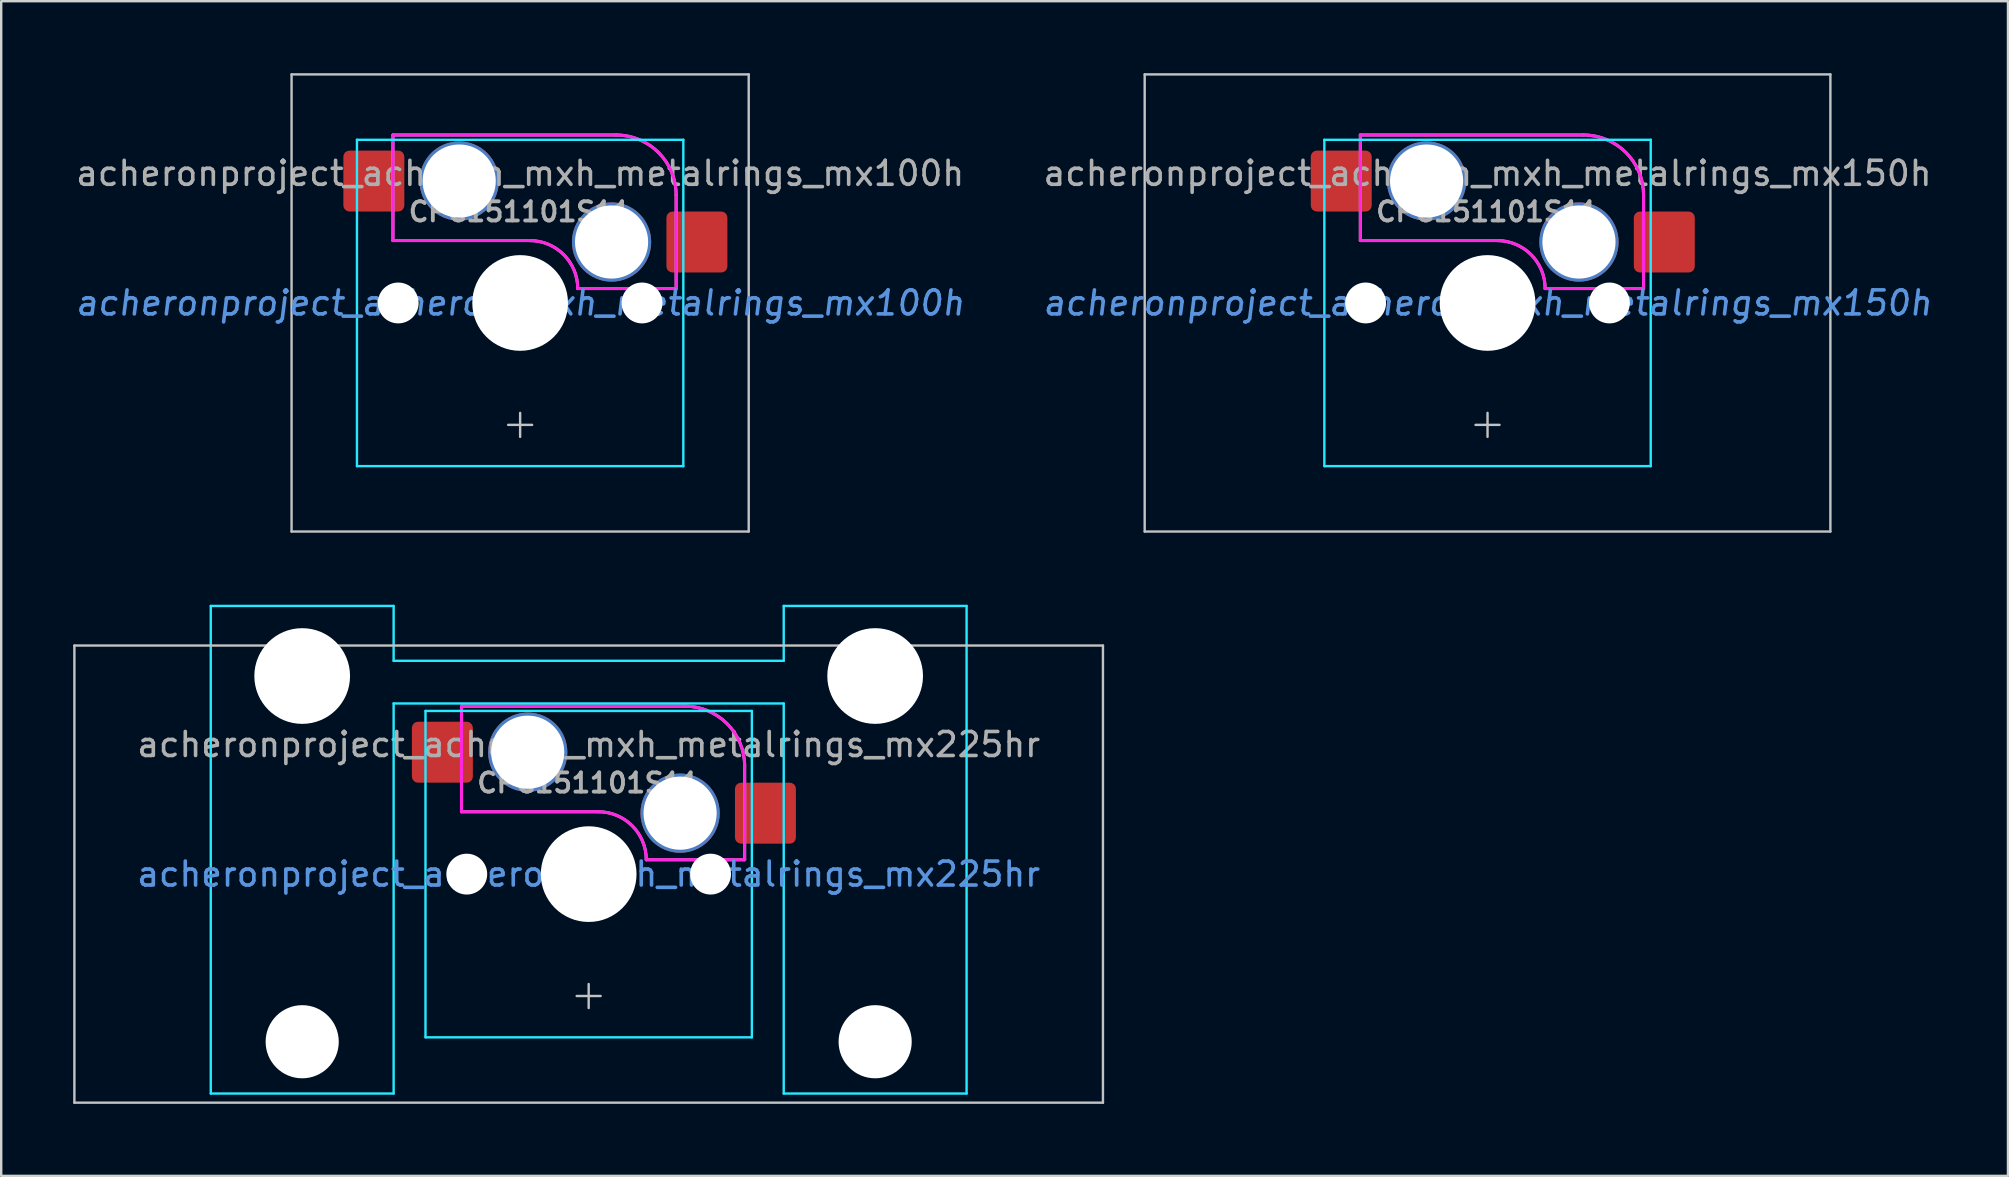
<source format=kicad_pcb>
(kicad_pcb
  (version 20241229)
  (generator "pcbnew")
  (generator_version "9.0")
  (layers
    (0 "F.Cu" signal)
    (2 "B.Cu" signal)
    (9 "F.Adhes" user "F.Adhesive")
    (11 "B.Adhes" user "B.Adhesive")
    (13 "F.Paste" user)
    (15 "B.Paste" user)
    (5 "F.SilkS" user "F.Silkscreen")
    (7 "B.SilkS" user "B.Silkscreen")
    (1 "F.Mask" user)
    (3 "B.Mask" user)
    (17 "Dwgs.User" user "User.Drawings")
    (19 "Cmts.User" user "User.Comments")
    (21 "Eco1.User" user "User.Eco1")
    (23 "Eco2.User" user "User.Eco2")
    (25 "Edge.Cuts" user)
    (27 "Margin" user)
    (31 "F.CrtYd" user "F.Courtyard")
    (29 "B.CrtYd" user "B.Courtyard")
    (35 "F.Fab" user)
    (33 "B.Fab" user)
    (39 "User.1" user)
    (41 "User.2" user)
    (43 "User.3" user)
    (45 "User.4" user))
  (footprint "acheronproject_acheron_mxh_metalrings_mx225hr"
    (layer "F.Cu")
    (at 21.481 33.376)
    (property "Reference" "acheronproject_acheron_mxh_metalrings_mx225hr" (at 0 0 0) (layer "Cmts.User") (effects (font (size 1 1) (thickness 0.15))))
    (attr smd)
    (fp_line (start -21.431 -9.525) (end -21.431 9.525) (stroke (width 0.1) (type solid)) (layer "Dwgs.User"))
    (fp_line (start -21.431 -9.525) (end 21.431 -9.525) (stroke (width 0.1) (type solid)) (layer "Dwgs.User"))
    (fp_line (start -21.431 9.525) (end 21.431 9.525) (stroke (width 0.1) (type solid)) (layer "Dwgs.User"))
    (fp_line (start -0.5 5.08) (end 0.5 5.08) (stroke (width 0.1) (type solid)) (layer "Dwgs.User"))
    (fp_line (start 0 5.58) (end 0 4.58) (stroke (width 0.1) (type solid)) (layer "Dwgs.User"))
    (fp_line (start 21.431 -9.525) (end 21.431 9.525) (stroke (width 0.1) (type solid)) (layer "Dwgs.User"))
    (fp_line (start -15.438 -8.515) (end -15.438 5.485) (stroke (width 0.1) (type solid)) (layer "Eco1.User"))
    (fp_line (start -14.938 -9.015) (end -8.938 -9.015) (stroke (width 0.1) (type solid)) (layer "Eco1.User"))
    (fp_line (start -8.938 5.985) (end -14.938 5.985) (stroke (width 0.1) (type solid)) (layer "Eco1.User"))
    (fp_line (start -8.438 5.485) (end -8.438 -8.515) (stroke (width 0.1) (type solid)) (layer "Eco1.User"))
    (fp_line (start -7 -6.5) (end -7 6.5) (stroke (width 0.1) (type solid)) (layer "Eco1.User"))
    (fp_line (start -6.5 7) (end 6.5 7) (stroke (width 0.1) (type solid)) (layer "Eco1.User"))
    (fp_line (start 6.5 -7) (end -6.5 -7) (stroke (width 0.1) (type solid)) (layer "Eco1.User"))
    (fp_line (start 7 6.5) (end 7 -6.5) (stroke (width 0.1) (type solid)) (layer "Eco1.User"))
    (fp_line (start 8.438 -8.515) (end 8.438 5.485) (stroke (width 0.1) (type solid)) (layer "Eco1.User"))
    (fp_line (start 8.938 -9.015) (end 14.938 -9.015) (stroke (width 0.1) (type solid)) (layer "Eco1.User"))
    (fp_line (start 14.938 5.985) (end 8.938 5.985) (stroke (width 0.1) (type solid)) (layer "Eco1.User"))
    (fp_line (start 15.438 5.485) (end 15.438 -8.515) (stroke (width 0.1) (type solid)) (layer "Eco1.User"))
    (fp_arc (start -15.438 -8.515) (mid -15.291553 -8.868553) (end -14.938 -9.015) (stroke (width 0.1) (type solid)) (layer "Eco1.User"))
    (fp_arc (start -14.938 5.985) (mid -15.291553 5.838553) (end -15.438 5.485) (stroke (width 0.1) (type solid)) (layer "Eco1.User"))
    (fp_arc (start -8.938 -9.015) (mid -8.584447 -8.868553) (end -8.438 -8.515) (stroke (width 0.1) (type solid)) (layer "Eco1.User"))
    (fp_arc (start -8.438 5.485) (mid -8.584447 5.838553) (end -8.938 5.985) (stroke (width 0.1) (type solid)) (layer "Eco1.User"))
    (fp_arc (start -7 -6.5) (mid -6.853553 -6.853553) (end -6.5 -7) (stroke (width 0.1) (type solid)) (layer "Eco1.User"))
    (fp_arc (start -6.5 7) (mid -6.853553 6.853553) (end -7 6.5) (stroke (width 0.1) (type solid)) (layer "Eco1.User"))
    (fp_arc (start 6.5 -7) (mid 6.853553 -6.853553) (end 7 -6.5) (stroke (width 0.1) (type solid)) (layer "Eco1.User"))
    (fp_arc (start 7 6.5) (mid 6.853553 6.853553) (end 6.5 7) (stroke (width 0.1) (type solid)) (layer "Eco1.User"))
    (fp_arc (start 8.438 -8.515) (mid 8.584447 -8.868553) (end 8.938 -9.015) (stroke (width 0.1) (type solid)) (layer "Eco1.User"))
    (fp_arc (start 8.938 5.985) (mid 8.584447 5.838553) (end 8.438 5.485) (stroke (width 0.1) (type solid)) (layer "Eco1.User"))
    (fp_arc (start 14.938 -9.015) (mid 15.291553 -8.868553) (end 15.438 -8.515) (stroke (width 0.1) (type solid)) (layer "Eco1.User"))
    (fp_arc (start 15.438 5.485) (mid 15.291553 5.838553) (end 14.938 5.985) (stroke (width 0.1) (type solid)) (layer "Eco1.User"))
    (fp_line (start -15.748 -11.176) (end -15.748 9.144) (stroke (width 0.1) (type solid)) (layer "B.CrtYd"))
    (fp_line (start -15.748 -11.176) (end -8.128 -11.176) (stroke (width 0.1) (type solid)) (layer "B.CrtYd"))
    (fp_line (start -8.128 -8.89) (end -8.128 -11.176) (stroke (width 0.1) (type solid)) (layer "B.CrtYd"))
    (fp_line (start -8.128 -7.112) (end -8.128 9.142) (stroke (width 0.1) (type solid)) (layer "B.CrtYd"))
    (fp_line (start -8.128 9.144) (end -15.748 9.144) (stroke (width 0.1) (type solid)) (layer "B.CrtYd"))
    (fp_line (start -6.8 -6.8) (end -6.8 6.8) (stroke (width 0.1) (type solid)) (layer "B.CrtYd"))
    (fp_line (start 6.8 -6.8) (end -6.8 -6.8) (stroke (width 0.1) (type solid)) (layer "B.CrtYd"))
    (fp_line (start 6.8 -6.8) (end 6.8 6.8) (stroke (width 0.1) (type solid)) (layer "B.CrtYd"))
    (fp_line (start 6.8 6.8) (end -6.8 6.8) (stroke (width 0.1) (type solid)) (layer "B.CrtYd"))
    (fp_line (start 8.128 -8.89) (end -8.128 -8.89) (stroke (width 0.1) (type solid)) (layer "B.CrtYd"))
    (fp_line (start 8.128 -8.89) (end 8.128 -11.176) (stroke (width 0.1) (type solid)) (layer "B.CrtYd"))
    (fp_line (start 8.128 -7.112) (end -8.128 -7.112) (stroke (width 0.1) (type solid)) (layer "B.CrtYd"))
    (fp_line (start 8.128 -7.112) (end 8.128 9.144) (stroke (width 0.1) (type solid)) (layer "B.CrtYd"))
    (fp_line (start 8.128 9.144) (end 15.748 9.144) (stroke (width 0.1) (type solid)) (layer "B.CrtYd"))
    (fp_line (start 15.748 -11.176) (end 8.128 -11.176) (stroke (width 0.1) (type solid)) (layer "B.CrtYd"))
    (fp_line (start 15.748 9.144) (end 15.748 -11.176) (stroke (width 0.1) (type solid)) (layer "B.CrtYd"))
    (fp_line (start -5.3 -7) (end -5.3 -2.6) (stroke (width 0.127) (type solid)) (layer "F.CrtYd"))
    (fp_line (start -5.2 -7) (end -5.3 -7) (stroke (width 0.12) (type solid)) (layer "F.CrtYd"))
    (fp_line (start 0.4 -2.6) (end -5.3 -2.6) (stroke (width 0.127) (type solid)) (layer "F.CrtYd"))
    (fp_line (start 4 -7) (end -5.2 -7) (stroke (width 0.12) (type solid)) (layer "F.CrtYd"))
    (fp_line (start 6.5 -4.5) (end 6.5 -0.6) (stroke (width 0.12) (type solid)) (layer "F.CrtYd"))
    (fp_line (start 6.5 -0.6) (end 2.4 -0.6) (stroke (width 0.127) (type solid)) (layer "F.CrtYd"))
    (fp_arc (start 0.4 -2.6) (mid 1.814214 -2.014214) (end 2.4 -0.6) (stroke (width 0.127) (type solid)) (layer "F.CrtYd"))
    (fp_arc (start 4 -7) (mid 5.767767 -6.267767) (end 6.5 -4.5) (stroke (width 0.127) (type solid)) (layer "F.CrtYd"))
    (fp_line (start -5.3 -7) (end -5.3 -2.6) (stroke (width 0.127) (type solid)) (layer "F.Fab"))
    (fp_line (start -5.3 -7) (end 4 -7) (stroke (width 0.127) (type solid)) (layer "F.Fab"))
    (fp_line (start -0.5 0) (end 0.5 0) (stroke (width 0.1) (type solid)) (layer "F.Fab"))
    (fp_line (start 0 0.5) (end 0 -0.5) (stroke (width 0.1) (type solid)) (layer "F.Fab"))
    (fp_line (start 0.4 -2.6) (end -5.3 -2.6) (stroke (width 0.127) (type solid)) (layer "F.Fab"))
    (fp_line (start 6.5 -4.5) (end 6.5 -0.6) (stroke (width 0.127) (type solid)) (layer "F.Fab"))
    (fp_line (start 6.5 -0.6) (end 2.4 -0.6) (stroke (width 0.127) (type solid)) (layer "F.Fab"))
    (fp_arc (start 0.400001 -2.600001) (mid 1.814214 -2.014214) (end 2.4 -0.6) (stroke (width 0.127) (type solid)) (layer "F.Fab"))
    (fp_arc (start 4.000001 -7.000001) (mid 5.767768 -6.267767) (end 6.5 -4.5) (stroke (width 0.127) (type solid)) (layer "F.Fab"))
    (fp_text user "CPG151101S11" (at 0 -3.8 0) (unlocked yes) (layer "F.Fab") (effects (font (size 0.8 0.8) (thickness 0.16))))
    (fp_text user "${REFERENCE}" (at 0 -5.4 0) (layer "F.Fab") (effects (font (size 1 1) (thickness 0.15))))
    (pad "" np_thru_hole circle (at -11.938 -8.255 180) (size 3.988 3.988) (drill 3.988) (layers "*.Cu" "*.Mask"))
    (pad "" np_thru_hole circle (at -11.938 6.985 180) (size 3.048 3.048) (drill 3.048) (layers "*.Cu" "*.Mask"))
    (pad "" np_thru_hole circle (at -5.08 0) (size 1.702 1.702) (drill 1.702) (layers "*.Cu" "*.Mask"))
    (pad "" np_thru_hole circle (at -2.54 -5.08) (size 3.302 3.302) (drill 3.048) (layers "*.Cu" "*.Mask"))
    (pad "" np_thru_hole circle (at 0 0) (size 3.988 3.988) (drill 3.988) (layers "*.Cu" "*.Mask"))
    (pad "" np_thru_hole circle (at 3.81 -2.54) (size 3.302 3.302) (drill 3.048) (layers "*.Cu" "*.Mask"))
    (pad "" np_thru_hole circle (at 5.08 0) (size 1.702 1.702) (drill 1.702) (layers "*.Cu" "*.Mask"))
    (pad "" np_thru_hole circle (at 11.938 -8.255 180) (size 3.988 3.988) (drill 3.988) (layers "*.Cu" "*.Mask"))
    (pad "" np_thru_hole circle (at 11.938 6.985 180) (size 3.048 3.048) (drill 3.048) (layers "*.Cu" "*.Mask"))
    (pad "1" smd roundrect (at -6.096 -5.08) (size 2.54 2.54) (layers "F.Cu" "F.Mask") (roundrect_rratio 0.1))
    (pad "2" smd roundrect (at 7.366 -2.54) (size 2.54 2.54) (layers "F.Cu" "F.Mask") (roundrect_rratio 0.1)))
  (footprint "acheronproject_acheron_mxh_metalrings_mx150h"
    (layer "F.Cu")
    (at 58.938 9.575)
    (property "Reference" "acheronproject_acheron_mxh_metalrings_mx150h" (at 0 0 0) (layer "Cmts.User") (effects (font (size 1 1) (thickness 0.15) (italic yes))))
    (attr smd)
    (fp_line (start -14.287 -9.525) (end -14.287 9.525) (stroke (width 0.1) (type solid)) (layer "Dwgs.User"))
    (fp_line (start -14.287 -9.525) (end 14.287 -9.525) (stroke (width 0.1) (type solid)) (layer "Dwgs.User"))
    (fp_line (start -14.287 9.525) (end 14.287 9.525) (stroke (width 0.1) (type solid)) (layer "Dwgs.User"))
    (fp_line (start -0.5 5.08) (end 0.5 5.08) (stroke (width 0.1) (type solid)) (layer "Dwgs.User"))
    (fp_line (start 0 5.58) (end 0 4.58) (stroke (width 0.1) (type solid)) (layer "Dwgs.User"))
    (fp_line (start 14.287 9.525) (end 14.287 -9.525) (stroke (width 0.1) (type solid)) (layer "Dwgs.User"))
    (fp_line (start -7 -6.5) (end -7 6.5) (stroke (width 0.1) (type solid)) (layer "Eco1.User"))
    (fp_line (start -6.5 7) (end 6.5 7) (stroke (width 0.1) (type solid)) (layer "Eco1.User"))
    (fp_line (start 6.5 -7) (end -6.5 -7) (stroke (width 0.1) (type solid)) (layer "Eco1.User"))
    (fp_line (start 7 6.5) (end 7 -6.5) (stroke (width 0.1) (type solid)) (layer "Eco1.User"))
    (fp_arc (start -7 -6.5) (mid -6.853553 -6.853553) (end -6.5 -7) (stroke (width 0.1) (type solid)) (layer "Eco1.User"))
    (fp_arc (start -6.5 7) (mid -6.853553 6.853553) (end -7 6.5) (stroke (width 0.1) (type solid)) (layer "Eco1.User"))
    (fp_arc (start 6.5 -7) (mid 6.853553 -6.853553) (end 7 -6.5) (stroke (width 0.1) (type solid)) (layer "Eco1.User"))
    (fp_arc (start 7 6.5) (mid 6.853553 6.853553) (end 6.5 7) (stroke (width 0.1) (type solid)) (layer "Eco1.User"))
    (fp_line (start -6.8 -6.8) (end -6.8 6.8) (stroke (width 0.1) (type solid)) (layer "B.CrtYd"))
    (fp_line (start -6.8 -6.8) (end 6.8 -6.8) (stroke (width 0.1) (type solid)) (layer "B.CrtYd"))
    (fp_line (start 6.8 6.8) (end -6.8 6.8) (stroke (width 0.1) (type solid)) (layer "B.CrtYd"))
    (fp_line (start 6.8 6.8) (end 6.8 -6.8) (stroke (width 0.1) (type solid)) (layer "B.CrtYd"))
    (fp_line (start -5.3 -7) (end -5.3 -2.6) (stroke (width 0.127) (type solid)) (layer "F.CrtYd"))
    (fp_line (start -5.3 -7) (end 4 -7) (stroke (width 0.127) (type solid)) (layer "F.CrtYd"))
    (fp_line (start 0.4 -2.6) (end -5.3 -2.6) (stroke (width 0.127) (type solid)) (layer "F.CrtYd"))
    (fp_line (start 6.5 -4.5) (end 6.5 -0.6) (stroke (width 0.127) (type solid)) (layer "F.CrtYd"))
    (fp_line (start 6.5 -0.6) (end 2.4 -0.6) (stroke (width 0.127) (type solid)) (layer "F.CrtYd"))
    (fp_arc (start 0.4 -2.6) (mid 1.814214 -2.014214) (end 2.4 -0.6) (stroke (width 0.127) (type solid)) (layer "F.CrtYd"))
    (fp_arc (start 4 -7) (mid 5.767767 -6.267767) (end 6.5 -4.5) (stroke (width 0.127) (type solid)) (layer "F.CrtYd"))
    (fp_line (start -5.3 -7) (end -5.3 -2.6) (stroke (width 0.127) (type solid)) (layer "F.Fab"))
    (fp_line (start -5.3 -7) (end 4 -7) (stroke (width 0.127) (type solid)) (layer "F.Fab"))
    (fp_line (start -0.5 0) (end 0.5 0) (stroke (width 0.1) (type solid)) (layer "F.Fab"))
    (fp_line (start 0 0.7) (end 0 -0.3) (stroke (width 0.1) (type solid)) (layer "F.Fab"))
    (fp_line (start 0.4 -2.6) (end -5.3 -2.6) (stroke (width 0.127) (type solid)) (layer "F.Fab"))
    (fp_line (start 6.5 -4.5) (end 6.5 -0.6) (stroke (width 0.127) (type solid)) (layer "F.Fab"))
    (fp_line (start 6.5 -0.6) (end 2.4 -0.6) (stroke (width 0.127) (type solid)) (layer "F.Fab"))
    (fp_arc (start 0.400001 -2.600001) (mid 1.814214 -2.014214) (end 2.4 -0.6) (stroke (width 0.127) (type solid)) (layer "F.Fab"))
    (fp_arc (start 4.000001 -7.000001) (mid 5.767768 -6.267767) (end 6.5 -4.5) (stroke (width 0.127) (type solid)) (layer "F.Fab"))
    (fp_text user "${REFERENCE}" (at 0 -5.4 0) (layer "F.Fab") (effects (font (size 1 1) (thickness 0.15))))
    (fp_text user "CPG151101S11" (at 0 -3.8 0) (unlocked yes) (layer "F.Fab") (effects (font (size 0.8 0.8) (thickness 0.16))))
    (pad "" np_thru_hole circle (at -5.08 0) (size 1.702 1.702) (drill 1.702) (layers "*.Cu" "*.Mask"))
    (pad "" np_thru_hole circle (at -2.54 -5.08) (size 3.302 3.302) (drill 3.048) (layers "*.Cu" "*.Mask"))
    (pad "" np_thru_hole circle (at 0 0) (size 3.988 3.988) (drill 3.988) (layers "*.Cu" "*.Mask"))
    (pad "" np_thru_hole circle (at 3.81 -2.54 90) (size 3.302 3.302) (drill 3.048) (layers "*.Cu" "*.Mask"))
    (pad "" np_thru_hole circle (at 5.08 0) (size 1.702 1.702) (drill 1.702) (layers "*.Cu" "*.Mask"))
    (pad "1" smd roundrect (at -6.096 -5.08) (size 2.54 2.54) (layers "F.Cu" "F.Mask") (roundrect_rratio 0.1))
    (pad "2" smd roundrect (at 7.366 -2.54) (size 2.54 2.54) (layers "F.Cu" "F.Mask") (roundrect_rratio 0.1)))
  (footprint "acheronproject_acheron_mxh_metalrings_mx100h"
    (layer "F.Cu")
    (at 18.625 9.575)
    (property "Reference" "acheronproject_acheron_mxh_metalrings_mx100h" (at 0 0 0) (layer "Cmts.User") (effects (font (size 1 1) (thickness 0.15) (italic yes))))
    (attr smd)
    (fp_line (start -9.525 -9.525) (end -9.525 9.525) (stroke (width 0.1) (type solid)) (layer "Dwgs.User"))
    (fp_line (start -9.525 -9.525) (end 9.525 -9.525) (stroke (width 0.1) (type solid)) (layer "Dwgs.User"))
    (fp_line (start -9.525 9.525) (end 9.525 9.525) (stroke (width 0.1) (type solid)) (layer "Dwgs.User"))
    (fp_line (start -0.5 5.08) (end 0.5 5.08) (stroke (width 0.1) (type solid)) (layer "Dwgs.User"))
    (fp_line (start 0 5.58) (end 0 4.58) (stroke (width 0.1) (type solid)) (layer "Dwgs.User"))
    (fp_line (start 9.525 9.525) (end 9.525 -9.525) (stroke (width 0.1) (type solid)) (layer "Dwgs.User"))
    (fp_line (start -7 6.5) (end -7 -6.5) (stroke (width 0.1) (type solid)) (layer "Eco1.User"))
    (fp_line (start -6.5 -7) (end 6.5 -7) (stroke (width 0.1) (type solid)) (layer "Eco1.User"))
    (fp_line (start 6.5 7) (end -6.5 7) (stroke (width 0.1) (type solid)) (layer "Eco1.User"))
    (fp_line (start 7 -6.5) (end 7 6.5) (stroke (width 0.1) (type solid)) (layer "Eco1.User"))
    (fp_arc (start -7 -6.5) (mid -6.853553 -6.853553) (end -6.5 -7) (stroke (width 0.1) (type solid)) (layer "Eco1.User"))
    (fp_arc (start -6.5 7) (mid -6.853553 6.853553) (end -7 6.5) (stroke (width 0.1) (type solid)) (layer "Eco1.User"))
    (fp_arc (start 6.5 -7) (mid 6.853553 -6.853553) (end 7 -6.5) (stroke (width 0.1) (type solid)) (layer "Eco1.User"))
    (fp_arc (start 7 6.5) (mid 6.853553 6.853553) (end 6.5 7) (stroke (width 0.1) (type solid)) (layer "Eco1.User"))
    (fp_line (start -6.8 -6.8) (end -6.8 6.8) (stroke (width 0.1) (type solid)) (layer "B.CrtYd"))
    (fp_line (start -6.8 -6.8) (end 6.8 -6.8) (stroke (width 0.1) (type solid)) (layer "B.CrtYd"))
    (fp_line (start 6.8 6.8) (end -6.8 6.8) (stroke (width 0.1) (type solid)) (layer "B.CrtYd"))
    (fp_line (start 6.8 6.8) (end 6.8 -6.8) (stroke (width 0.1) (type solid)) (layer "B.CrtYd"))
    (fp_line (start -5.3 -7) (end -5.3 -2.6) (stroke (width 0.127) (type solid)) (layer "F.CrtYd"))
    (fp_line (start -5.3 -7) (end 4 -7) (stroke (width 0.127) (type solid)) (layer "F.CrtYd"))
    (fp_line (start 0.4 -2.6) (end -5.3 -2.6) (stroke (width 0.127) (type solid)) (layer "F.CrtYd"))
    (fp_line (start 6.5 -4.5) (end 6.5 -0.6) (stroke (width 0.127) (type solid)) (layer "F.CrtYd"))
    (fp_line (start 6.5 -0.6) (end 2.4 -0.6) (stroke (width 0.127) (type solid)) (layer "F.CrtYd"))
    (fp_arc (start 0.4 -2.6) (mid 1.814214 -2.014214) (end 2.4 -0.6) (stroke (width 0.127) (type solid)) (layer "F.CrtYd"))
    (fp_arc (start 4 -7) (mid 5.767767 -6.267767) (end 6.5 -4.5) (stroke (width 0.127) (type solid)) (layer "F.CrtYd"))
    (fp_line (start -5.3 -7) (end -5.3 -2.6) (stroke (width 0.127) (type solid)) (layer "F.Fab"))
    (fp_line (start -5.3 -7) (end 4 -7) (stroke (width 0.127) (type solid)) (layer "F.Fab"))
    (fp_line (start -0.5 0) (end 0.5 0) (stroke (width 0.1) (type solid)) (layer "F.Fab"))
    (fp_line (start 0 0.5) (end 0 -0.5) (stroke (width 0.1) (type solid)) (layer "F.Fab"))
    (fp_line (start 0.4 -2.6) (end -5.3 -2.6) (stroke (width 0.127) (type solid)) (layer "F.Fab"))
    (fp_line (start 6.5 -4.5) (end 6.5 -0.6) (stroke (width 0.127) (type solid)) (layer "F.Fab"))
    (fp_line (start 6.5 -0.6) (end 2.4 -0.6) (stroke (width 0.127) (type solid)) (layer "F.Fab"))
    (fp_arc (start 0.400001 -2.600001) (mid 1.814214 -2.014214) (end 2.4 -0.6) (stroke (width 0.127) (type solid)) (layer "F.Fab"))
    (fp_arc (start 4.000001 -7.000001) (mid 5.767768 -6.267767) (end 6.5 -4.5) (stroke (width 0.127) (type solid)) (layer "F.Fab"))
    (fp_text user "${REFERENCE}" (at 0 -5.4 0) (layer "F.Fab") (effects (font (size 1 1) (thickness 0.15))))
    (fp_text user "CPG151101S11" (at 0 -3.8 0) (unlocked yes) (layer "F.Fab") (effects (font (size 0.8 0.8) (thickness 0.16))))
    (pad "" np_thru_hole circle (at -5.08 0) (size 1.702 1.702) (drill 1.702) (layers "*.Cu" "*.Mask"))
    (pad "" np_thru_hole circle (at -2.54 -5.08) (size 3.302 3.302) (drill 3.048) (layers "*.Cu" "*.Mask"))
    (pad "" np_thru_hole circle (at 0 0) (size 3.988 3.988) (drill 3.988) (layers "*.Cu" "*.Mask"))
    (pad "" np_thru_hole circle (at 3.81 -2.54 90) (size 3.302 3.302) (drill 3.048) (layers "*.Cu" "*.Mask"))
    (pad "" np_thru_hole circle (at 5.08 0) (size 1.702 1.702) (drill 1.702) (layers "*.Cu" "*.Mask"))
    (pad "1" smd roundrect (at -6.096 -5.08) (size 2.54 2.54) (layers "F.Cu" "F.Mask") (roundrect_rratio 0.1))
    (pad "2" smd roundrect (at 7.366 -2.54) (size 2.54 2.54) (layers "F.Cu" "F.Mask") (roundrect_rratio 0.1)))
  (gr_rect
    (start -3 -3)
    (end 80.625 45.951)
    (stroke (width 0.1) (type default))
    (fill no)
    (layer "Edge.Cuts")))
</source>
